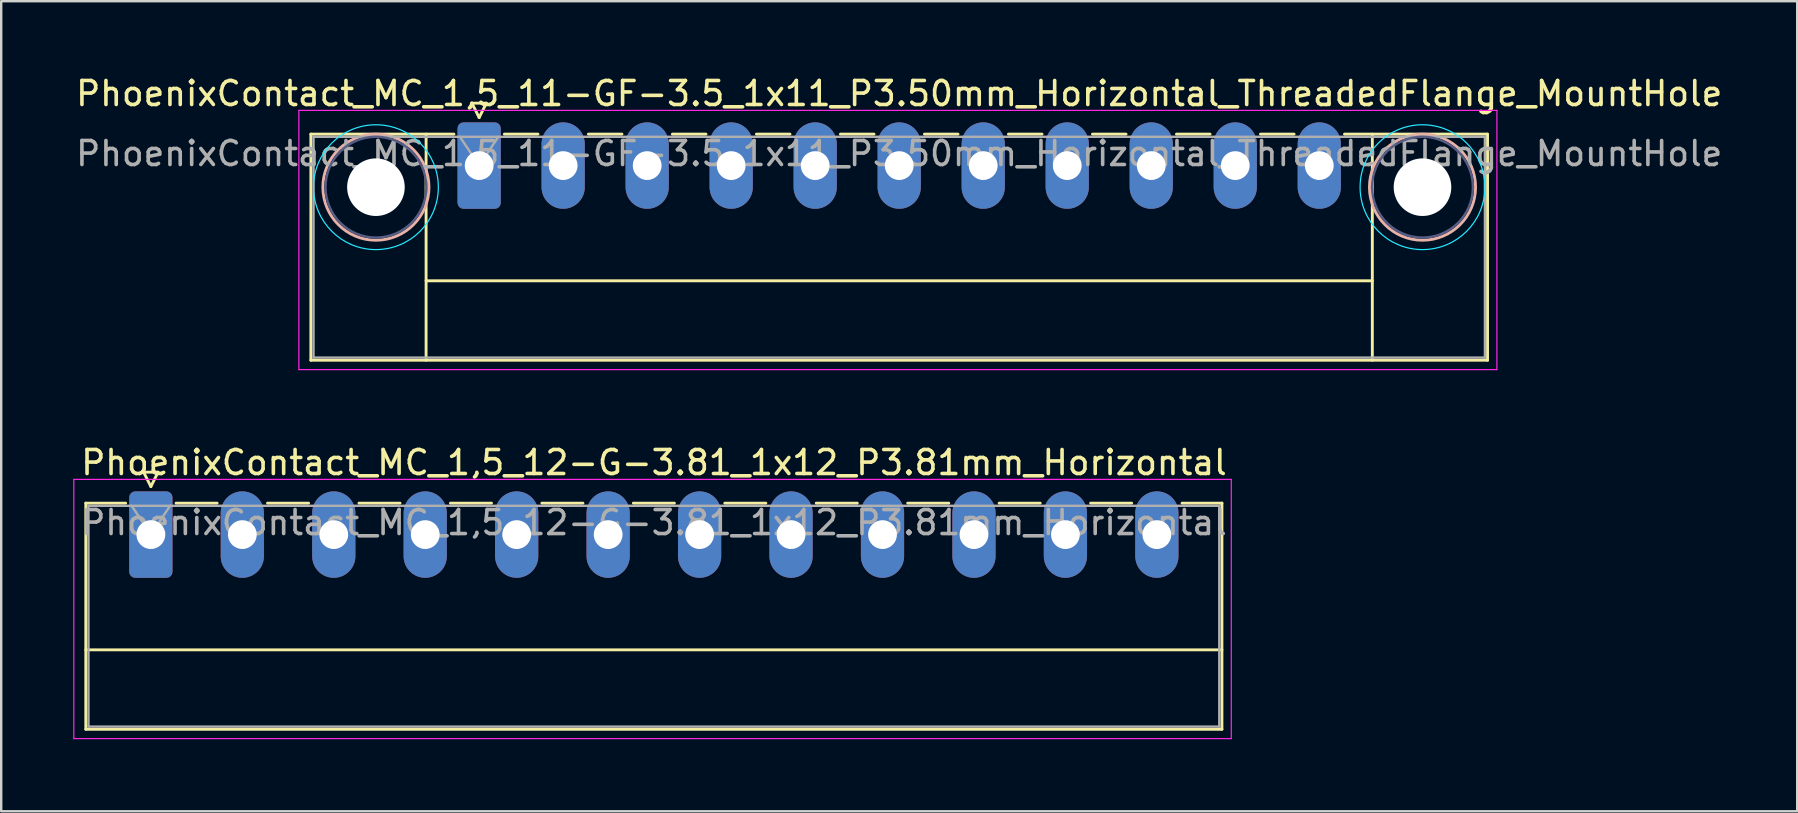
<source format=kicad_pcb>
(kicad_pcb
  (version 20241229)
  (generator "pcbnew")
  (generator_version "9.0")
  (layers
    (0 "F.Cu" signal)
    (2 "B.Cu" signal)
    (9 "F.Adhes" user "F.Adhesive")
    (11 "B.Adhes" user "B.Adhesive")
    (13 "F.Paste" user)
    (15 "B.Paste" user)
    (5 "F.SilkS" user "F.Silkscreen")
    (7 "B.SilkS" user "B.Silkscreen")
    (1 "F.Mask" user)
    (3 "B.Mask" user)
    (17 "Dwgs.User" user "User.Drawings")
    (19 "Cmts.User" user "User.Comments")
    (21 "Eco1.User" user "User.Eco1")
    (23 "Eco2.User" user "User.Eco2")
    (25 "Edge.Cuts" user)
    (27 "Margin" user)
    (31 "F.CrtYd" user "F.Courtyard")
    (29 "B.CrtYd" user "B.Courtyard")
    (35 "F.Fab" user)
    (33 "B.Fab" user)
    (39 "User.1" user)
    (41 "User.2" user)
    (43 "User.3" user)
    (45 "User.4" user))
  (footprint "PhoenixContact_MC_1,5_11-GF-3.5_1x11_P3.50mm_Horizontal_ThreadedFlange_MountHole"
    (layer "F.Cu")
    (at 16.911 3.848)
    (property "Reference" "PhoenixContact_MC_1,5_11-GF-3.5_1x11_P3.50mm_Horizontal_ThreadedFlange_MountHole" (at 17.5 -3 0) (layer "F.SilkS") (effects (font (size 1 1) (thickness 0.15))))
    (attr through_hole)
    (fp_line (start -7.01 -1.31) (end -7.01 8.11) (stroke (width 0.12) (type solid)) (layer "F.SilkS"))
    (fp_line (start -7.01 -1.31) (end -1.05 -1.31) (stroke (width 0.12) (type solid)) (layer "F.SilkS"))
    (fp_line (start -7.01 8.11) (end 42.01 8.11) (stroke (width 0.12) (type solid)) (layer "F.SilkS"))
    (fp_line (start -2.21 -1.31) (end -2.21 8.11) (stroke (width 0.12) (type solid)) (layer "F.SilkS"))
    (fp_line (start -2.21 4.8) (end 37.21 4.8) (stroke (width 0.12) (type solid)) (layer "F.SilkS"))
    (fp_line (start -0.3 -2.6) (end 0.3 -2.6) (stroke (width 0.12) (type solid)) (layer "F.SilkS"))
    (fp_line (start 0 -2) (end -0.3 -2.6) (stroke (width 0.12) (type solid)) (layer "F.SilkS"))
    (fp_line (start 0.3 -2.6) (end 0 -2) (stroke (width 0.12) (type solid)) (layer "F.SilkS"))
    (fp_line (start 1.05 -1.31) (end 2.45 -1.31) (stroke (width 0.12) (type solid)) (layer "F.SilkS"))
    (fp_line (start 4.55 -1.31) (end 5.95 -1.31) (stroke (width 0.12) (type solid)) (layer "F.SilkS"))
    (fp_line (start 8.05 -1.31) (end 9.45 -1.31) (stroke (width 0.12) (type solid)) (layer "F.SilkS"))
    (fp_line (start 11.55 -1.31) (end 12.95 -1.31) (stroke (width 0.12) (type solid)) (layer "F.SilkS"))
    (fp_line (start 15.05 -1.31) (end 16.45 -1.31) (stroke (width 0.12) (type solid)) (layer "F.SilkS"))
    (fp_line (start 18.55 -1.31) (end 19.95 -1.31) (stroke (width 0.12) (type solid)) (layer "F.SilkS"))
    (fp_line (start 22.05 -1.31) (end 23.45 -1.31) (stroke (width 0.12) (type solid)) (layer "F.SilkS"))
    (fp_line (start 25.55 -1.31) (end 26.95 -1.31) (stroke (width 0.12) (type solid)) (layer "F.SilkS"))
    (fp_line (start 29.05 -1.31) (end 30.45 -1.31) (stroke (width 0.12) (type solid)) (layer "F.SilkS"))
    (fp_line (start 32.55 -1.31) (end 33.95 -1.31) (stroke (width 0.12) (type solid)) (layer "F.SilkS"))
    (fp_line (start 37.21 -1.31) (end 37.21 8.11) (stroke (width 0.12) (type solid)) (layer "F.SilkS"))
    (fp_line (start 42.01 -1.31) (end 36.05 -1.31) (stroke (width 0.12) (type solid)) (layer "F.SilkS"))
    (fp_line (start 42.01 8.11) (end 42.01 -1.31) (stroke (width 0.12) (type solid)) (layer "F.SilkS"))
    (fp_circle (center -4.3 0.9) (end -2.09 0.9) (stroke (width 0.12) (type solid)) (fill no) (layer "B.SilkS"))
    (fp_circle (center 39.3 0.9) (end 41.51 0.9) (stroke (width 0.12) (type solid)) (fill no) (layer "B.SilkS"))
    (fp_circle (center -4.3 0.9) (end -1.7 0.9) (stroke (width 0.05) (type solid)) (fill no) (layer "B.CrtYd"))
    (fp_circle (center 39.3 0.9) (end 41.9 0.9) (stroke (width 0.05) (type solid)) (fill no) (layer "B.CrtYd"))
    (fp_line (start -7.51 -2.3) (end -7.51 8.5) (stroke (width 0.05) (type solid)) (layer "F.CrtYd"))
    (fp_line (start -7.51 8.5) (end 42.4 8.5) (stroke (width 0.05) (type solid)) (layer "F.CrtYd"))
    (fp_line (start 42.4 -2.3) (end -7.51 -2.3) (stroke (width 0.05) (type solid)) (layer "F.CrtYd"))
    (fp_line (start 42.4 8.5) (end 42.4 -2.3) (stroke (width 0.05) (type solid)) (layer "F.CrtYd"))
    (fp_circle (center -4.3 0.9) (end -2.2 0.9) (stroke (width 0.1) (type solid)) (fill no) (layer "B.Fab"))
    (fp_circle (center 39.3 0.9) (end 41.4 0.9) (stroke (width 0.1) (type solid)) (fill no) (layer "B.Fab"))
    (fp_line (start -6.9 -1.2) (end -6.9 8) (stroke (width 0.1) (type solid)) (layer "F.Fab"))
    (fp_line (start -6.9 8) (end 41.9 8) (stroke (width 0.1) (type solid)) (layer "F.Fab"))
    (fp_line (start 0 0) (end -0.8 -1.2) (stroke (width 0.1) (type solid)) (layer "F.Fab"))
    (fp_line (start 0.8 -1.2) (end 0 0) (stroke (width 0.1) (type solid)) (layer "F.Fab"))
    (fp_line (start 41.9 -1.2) (end -6.9 -1.2) (stroke (width 0.1) (type solid)) (layer "F.Fab"))
    (fp_line (start 41.9 8) (end 41.9 -1.2) (stroke (width 0.1) (type solid)) (layer "F.Fab"))
    (fp_text user "${REFERENCE}" (at 17.5 -0.5 0) (layer "F.Fab") (effects (font (size 1 1) (thickness 0.15))))
    (pad "" np_thru_hole circle (at -4.3 0.9) (size 2.4 2.4) (drill 2.4) (layers "*.Cu" "*.Mask"))
    (pad "" np_thru_hole circle (at 39.3 0.9) (size 2.4 2.4) (drill 2.4) (layers "*.Cu" "*.Mask"))
    (pad "1" thru_hole roundrect (at 0 0) (size 1.8 3.6) (drill 1.2) (layers "*.Cu" "*.Mask") (roundrect_rratio 0.139))
    (pad "2" thru_hole oval (at 3.5 0) (size 1.8 3.6) (drill 1.2) (layers "*.Cu" "*.Mask"))
    (pad "3" thru_hole oval (at 7 0) (size 1.8 3.6) (drill 1.2) (layers "*.Cu" "*.Mask"))
    (pad "4" thru_hole oval (at 10.5 0) (size 1.8 3.6) (drill 1.2) (layers "*.Cu" "*.Mask"))
    (pad "5" thru_hole oval (at 14 0) (size 1.8 3.6) (drill 1.2) (layers "*.Cu" "*.Mask"))
    (pad "6" thru_hole oval (at 17.5 0) (size 1.8 3.6) (drill 1.2) (layers "*.Cu" "*.Mask"))
    (pad "7" thru_hole oval (at 21 0) (size 1.8 3.6) (drill 1.2) (layers "*.Cu" "*.Mask"))
    (pad "8" thru_hole oval (at 24.5 0) (size 1.8 3.6) (drill 1.2) (layers "*.Cu" "*.Mask"))
    (pad "9" thru_hole oval (at 28 0) (size 1.8 3.6) (drill 1.2) (layers "*.Cu" "*.Mask"))
    (pad "10" thru_hole oval (at 31.5 0) (size 1.8 3.6) (drill 1.2) (layers "*.Cu" "*.Mask"))
    (pad "11" thru_hole oval (at 35 0) (size 1.8 3.6) (drill 1.2) (layers "*.Cu" "*.Mask")))
  (footprint "PhoenixContact_MC_1,5_12-G-3.81_1x12_P3.81mm_Horizontal"
    (layer "F.Cu")
    (at 3.235 19.221)
    (property "Reference" "PhoenixContact_MC_1,5_12-G-3.81_1x12_P3.81mm_Horizontal" (at 20.96 -3 0) (layer "F.SilkS") (effects (font (size 1 1) (thickness 0.15))))
    (attr through_hole)
    (fp_line (start -2.71 -1.31) (end -2.71 8.11) (stroke (width 0.12) (type solid)) (layer "F.SilkS"))
    (fp_line (start -2.71 -1.31) (end -1.05 -1.31) (stroke (width 0.12) (type solid)) (layer "F.SilkS"))
    (fp_line (start -2.71 4.8) (end 44.62 4.8) (stroke (width 0.12) (type solid)) (layer "F.SilkS"))
    (fp_line (start -2.71 8.11) (end 44.62 8.11) (stroke (width 0.12) (type solid)) (layer "F.SilkS"))
    (fp_line (start -0.3 -2.6) (end 0.3 -2.6) (stroke (width 0.12) (type solid)) (layer "F.SilkS"))
    (fp_line (start 0 -2) (end -0.3 -2.6) (stroke (width 0.12) (type solid)) (layer "F.SilkS"))
    (fp_line (start 0.3 -2.6) (end 0 -2) (stroke (width 0.12) (type solid)) (layer "F.SilkS"))
    (fp_line (start 1.05 -1.31) (end 2.76 -1.31) (stroke (width 0.12) (type solid)) (layer "F.SilkS"))
    (fp_line (start 4.86 -1.31) (end 6.57 -1.31) (stroke (width 0.12) (type solid)) (layer "F.SilkS"))
    (fp_line (start 8.67 -1.31) (end 10.38 -1.31) (stroke (width 0.12) (type solid)) (layer "F.SilkS"))
    (fp_line (start 12.48 -1.31) (end 14.19 -1.31) (stroke (width 0.12) (type solid)) (layer "F.SilkS"))
    (fp_line (start 16.29 -1.31) (end 18 -1.31) (stroke (width 0.12) (type solid)) (layer "F.SilkS"))
    (fp_line (start 20.1 -1.31) (end 21.81 -1.31) (stroke (width 0.12) (type solid)) (layer "F.SilkS"))
    (fp_line (start 23.91 -1.31) (end 25.62 -1.31) (stroke (width 0.12) (type solid)) (layer "F.SilkS"))
    (fp_line (start 27.72 -1.31) (end 29.43 -1.31) (stroke (width 0.12) (type solid)) (layer "F.SilkS"))
    (fp_line (start 31.53 -1.31) (end 33.24 -1.31) (stroke (width 0.12) (type solid)) (layer "F.SilkS"))
    (fp_line (start 35.34 -1.31) (end 37.05 -1.31) (stroke (width 0.12) (type solid)) (layer "F.SilkS"))
    (fp_line (start 39.15 -1.31) (end 40.86 -1.31) (stroke (width 0.12) (type solid)) (layer "F.SilkS"))
    (fp_line (start 44.62 -1.31) (end 42.96 -1.31) (stroke (width 0.12) (type solid)) (layer "F.SilkS"))
    (fp_line (start 44.62 8.11) (end 44.62 -1.31) (stroke (width 0.12) (type solid)) (layer "F.SilkS"))
    (fp_line (start -3.21 -2.3) (end -3.21 8.5) (stroke (width 0.05) (type solid)) (layer "F.CrtYd"))
    (fp_line (start -3.21 8.5) (end 45.01 8.5) (stroke (width 0.05) (type solid)) (layer "F.CrtYd"))
    (fp_line (start 45.01 -2.3) (end -3.21 -2.3) (stroke (width 0.05) (type solid)) (layer "F.CrtYd"))
    (fp_line (start 45.01 8.5) (end 45.01 -2.3) (stroke (width 0.05) (type solid)) (layer "F.CrtYd"))
    (fp_line (start -2.6 -1.2) (end -2.6 8) (stroke (width 0.1) (type solid)) (layer "F.Fab"))
    (fp_line (start -2.6 8) (end 44.51 8) (stroke (width 0.1) (type solid)) (layer "F.Fab"))
    (fp_line (start 0 0) (end -0.8 -1.2) (stroke (width 0.1) (type solid)) (layer "F.Fab"))
    (fp_line (start 0.8 -1.2) (end 0 0) (stroke (width 0.1) (type solid)) (layer "F.Fab"))
    (fp_line (start 44.51 -1.2) (end -2.6 -1.2) (stroke (width 0.1) (type solid)) (layer "F.Fab"))
    (fp_line (start 44.51 8) (end 44.51 -1.2) (stroke (width 0.1) (type solid)) (layer "F.Fab"))
    (fp_text user "${REFERENCE}" (at 20.96 -0.5 0) (layer "F.Fab") (effects (font (size 1 1) (thickness 0.15))))
    (pad "1" thru_hole roundrect (at 0 0) (size 1.8 3.6) (drill 1.2) (layers "*.Cu" "*.Mask") (roundrect_rratio 0.139))
    (pad "2" thru_hole oval (at 3.81 0) (size 1.8 3.6) (drill 1.2) (layers "*.Cu" "*.Mask"))
    (pad "3" thru_hole oval (at 7.62 0) (size 1.8 3.6) (drill 1.2) (layers "*.Cu" "*.Mask"))
    (pad "4" thru_hole oval (at 11.43 0) (size 1.8 3.6) (drill 1.2) (layers "*.Cu" "*.Mask"))
    (pad "5" thru_hole oval (at 15.24 0) (size 1.8 3.6) (drill 1.2) (layers "*.Cu" "*.Mask"))
    (pad "6" thru_hole oval (at 19.05 0) (size 1.8 3.6) (drill 1.2) (layers "*.Cu" "*.Mask"))
    (pad "7" thru_hole oval (at 22.86 0) (size 1.8 3.6) (drill 1.2) (layers "*.Cu" "*.Mask"))
    (pad "8" thru_hole oval (at 26.67 0) (size 1.8 3.6) (drill 1.2) (layers "*.Cu" "*.Mask"))
    (pad "9" thru_hole oval (at 30.48 0) (size 1.8 3.6) (drill 1.2) (layers "*.Cu" "*.Mask"))
    (pad "10" thru_hole oval (at 34.29 0) (size 1.8 3.6) (drill 1.2) (layers "*.Cu" "*.Mask"))
    (pad "11" thru_hole oval (at 38.1 0) (size 1.8 3.6) (drill 1.2) (layers "*.Cu" "*.Mask"))
    (pad "12" thru_hole oval (at 41.91 0) (size 1.8 3.6) (drill 1.2) (layers "*.Cu" "*.Mask")))
  (gr_rect
    (start -3 -3)
    (end 71.821 30.747)
    (stroke (width 0.1) (type default))
    (fill no)
    (layer "Edge.Cuts")))
</source>
